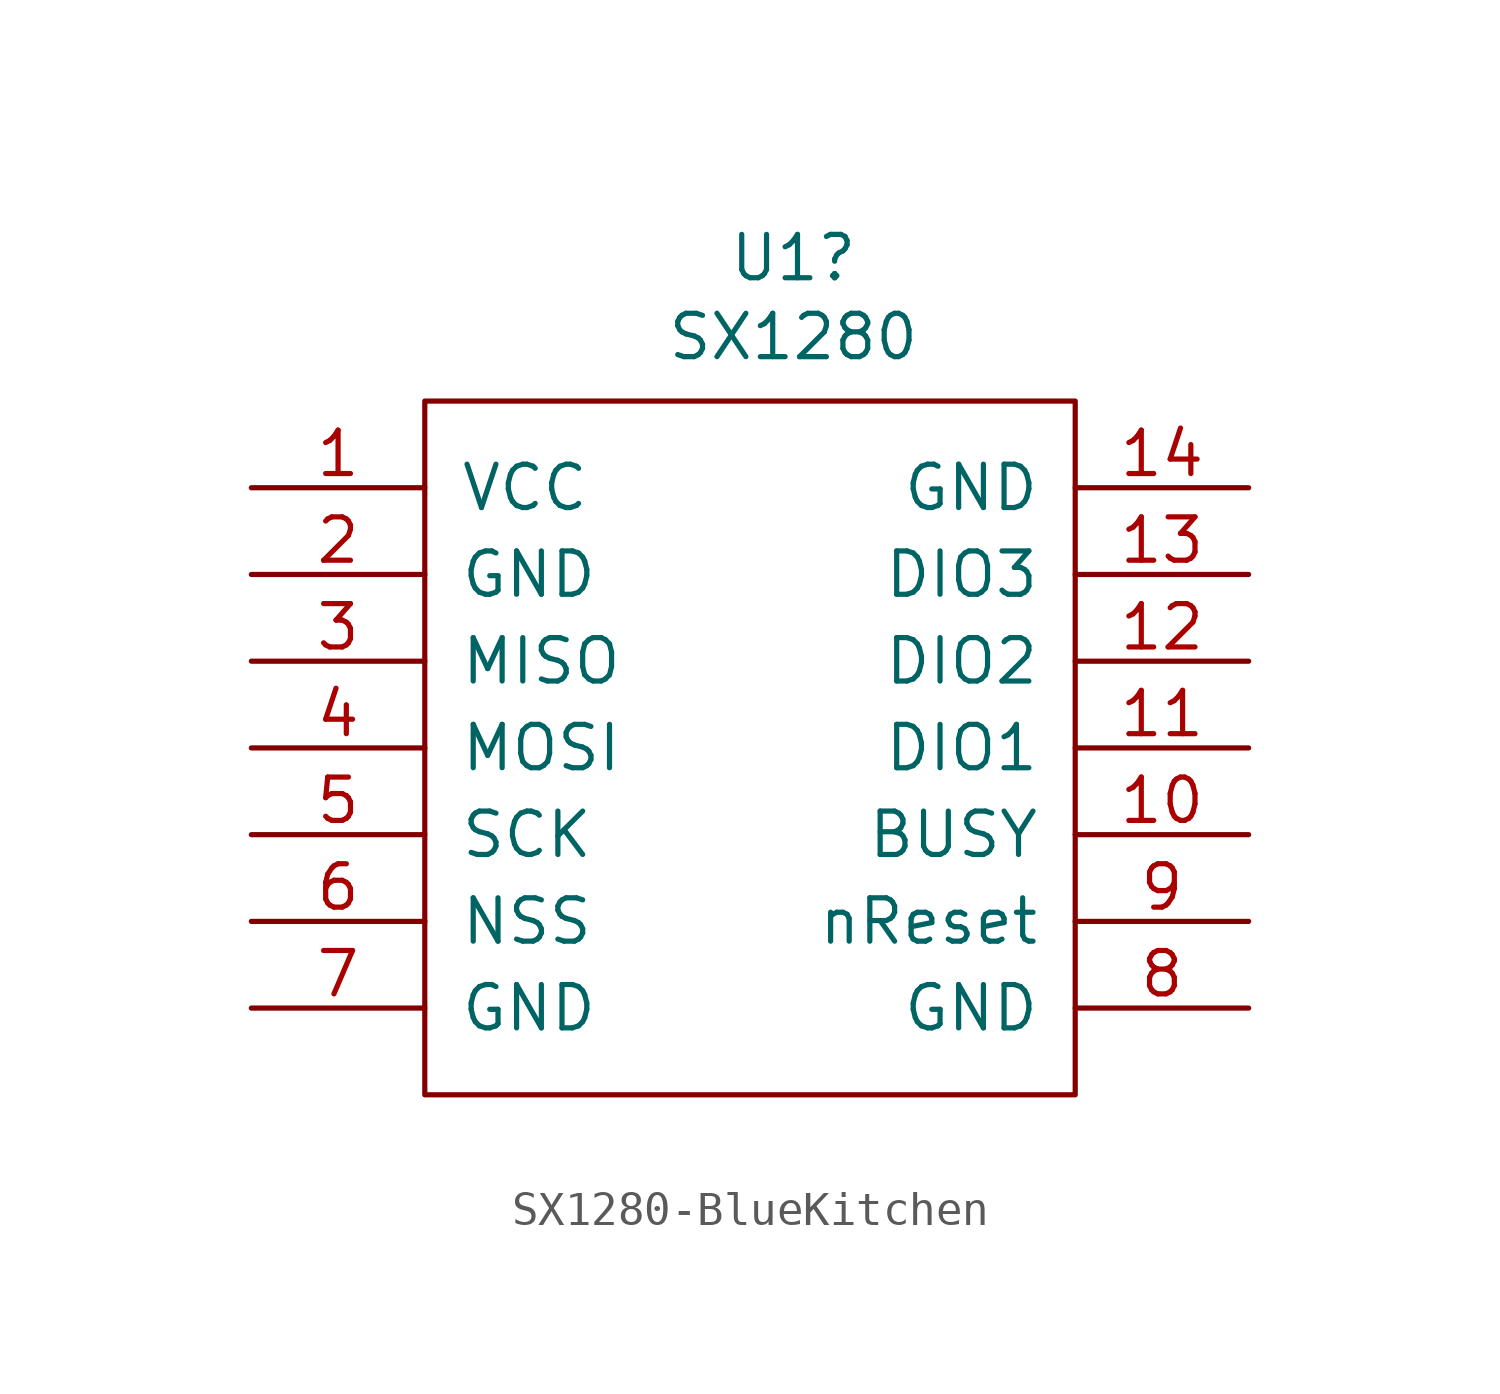
<source format=kicad_sym>
(kicad_symbol_lib
  (version 20241209)
  (generator "kicad_symbol_editor")
  (generator_version "9.0")
  (symbol "SX1280-BlueKitchen"
    (pin_names
      (offset 1.016))
    (property "Reference" "U1"
      (at 4.445 9.271 0)
      (effects (font (size 1.27 1.27))))
    (property "Value" "SX1280"
      (at 4.445 6.96 0)
      (effects (font (size 1.27 1.27))))
    (symbol "SX1280-BlueKitchen_0_1"
      (rectangle (start -6.35 5.08) (end 12.7 -15.24) (stroke (width 0) (type solid)) (fill (type none))))
    (symbol "SX1280-BlueKitchen_1_1"
      (pin power_in line (at -11.43 2.54 0) (length 5.08) (name "VCC" (effects (font (size 1.27 1.27)))) (number "1" (effects (font (size 1.27 1.27)))))
      (pin power_in line (at -11.43 0 0) (length 5.08) (name "GND" (effects (font (size 1.27 1.27)))) (number "2" (effects (font (size 1.27 1.27)))))
      (pin input line (at -11.43 -2.54 0) (length 5.08) (name "MISO" (effects (font (size 1.27 1.27)))) (number "3" (effects (font (size 1.27 1.27)))))
      (pin input line (at -11.43 -5.08 0) (length 5.08) (name "MOSI" (effects (font (size 1.27 1.27)))) (number "4" (effects (font (size 1.27 1.27)))))
      (pin input line (at -11.43 -7.62 0) (length 5.08) (name "SCK" (effects (font (size 1.27 1.27)))) (number "5" (effects (font (size 1.27 1.27)))))
      (pin input line (at -11.43 -10.16 0) (length 5.08) (name "NSS" (effects (font (size 1.27 1.27)))) (number "6" (effects (font (size 1.27 1.27)))))
      (pin power_in line (at -11.43 -12.7 0) (length 5.08) (name "GND" (effects (font (size 1.27 1.27)))) (number "7" (effects (font (size 1.27 1.27)))))
      (pin power_in line (at 17.78 2.54 180) (length 5.08) (name "GND" (effects (font (size 1.27 1.27)))) (number "14" (effects (font (size 1.27 1.27)))))
      (pin output line (at 17.78 0 180) (length 5.08) (name "DIO3" (effects (font (size 1.27 1.27)))) (number "13" (effects (font (size 1.27 1.27)))))
      (pin output line (at 17.78 -2.54 180) (length 5.08) (name "DIO2" (effects (font (size 1.27 1.27)))) (number "12" (effects (font (size 1.27 1.27)))))
      (pin output line (at 17.78 -5.08 180) (length 5.08) (name "DIO1" (effects (font (size 1.27 1.27)))) (number "11" (effects (font (size 1.27 1.27)))))
      (pin output line (at 17.78 -7.62 180) (length 5.08) (name "BUSY" (effects (font (size 1.27 1.27)))) (number "10" (effects (font (size 1.27 1.27)))))
      (pin output line (at 17.78 -10.16 180) (length 5.08) (name "nReset" (effects (font (size 1.27 1.27)))) (number "9" (effects (font (size 1.27 1.27)))))
      (pin power_in line (at 17.78 -12.7 180) (length 5.08) (name "GND" (effects (font (size 1.27 1.27)))) (number "8" (effects (font (size 1.27 1.27))))))))
</source>
